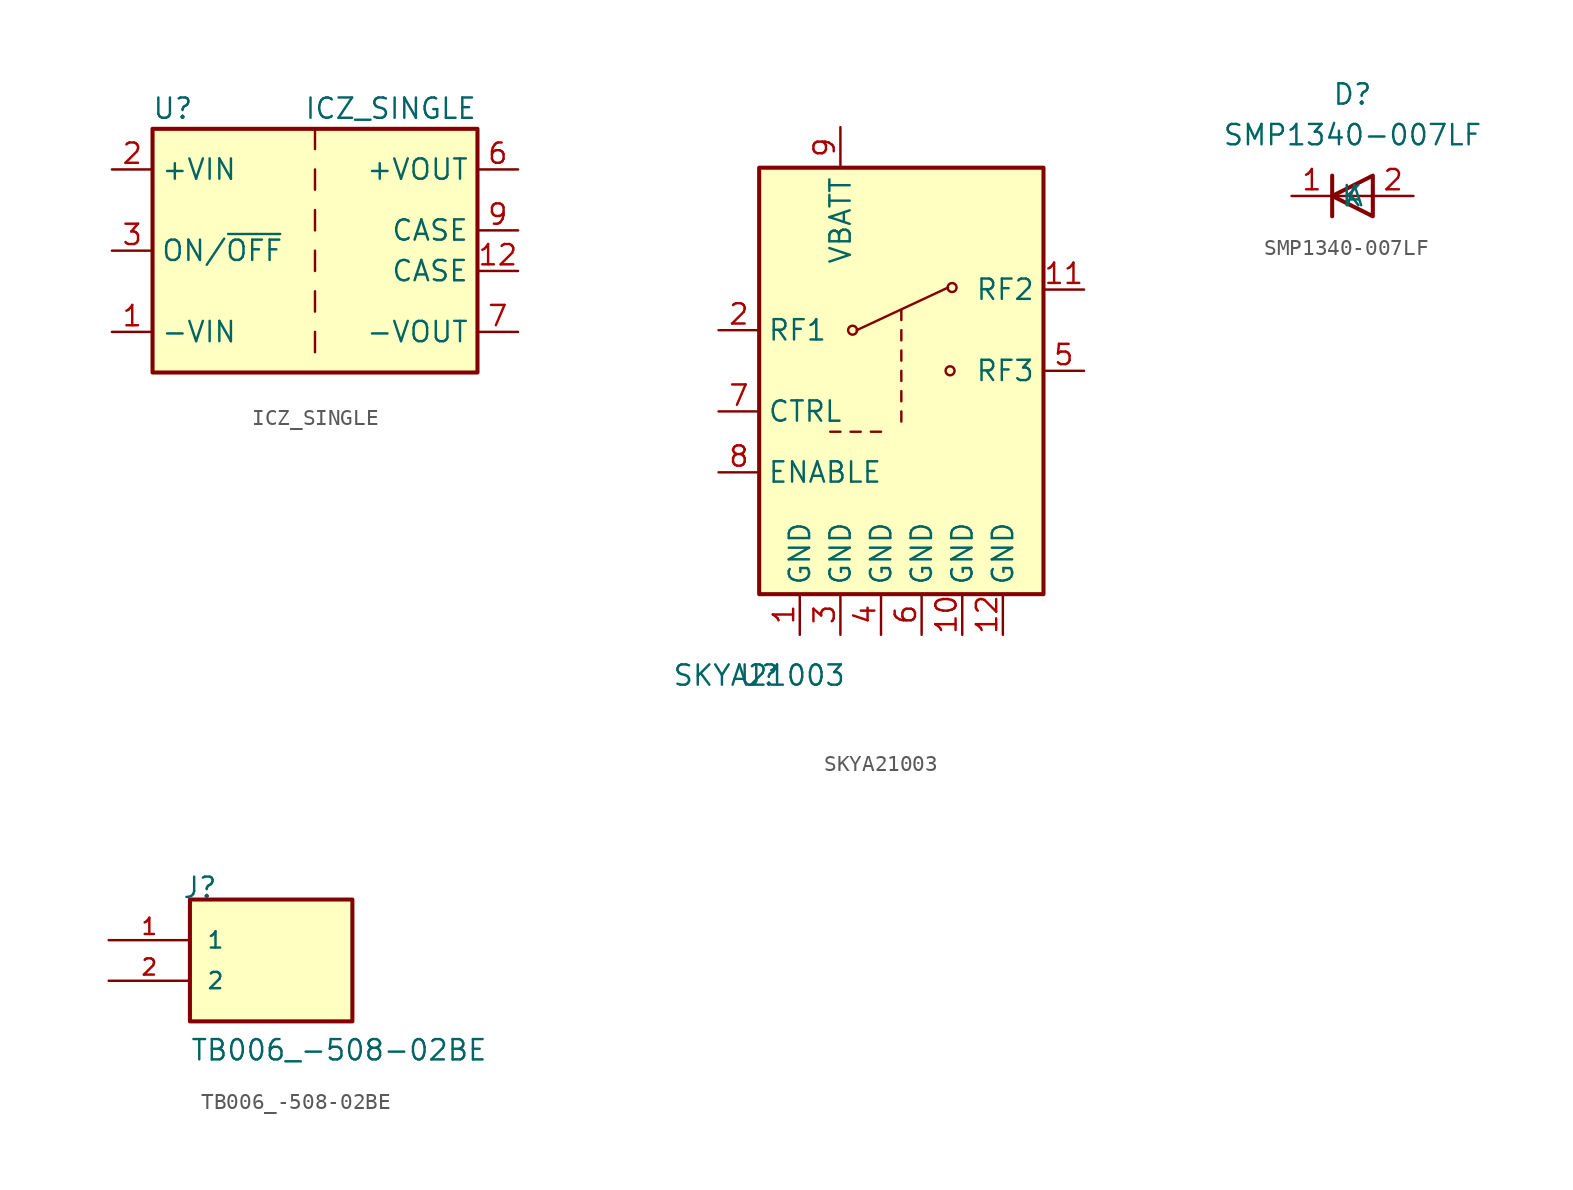
<source format=kicad_sym>
(kicad_symbol_lib
  (version 20211014)
  (generator kicad_symbol_editor)
  (symbol "ICZ_SINGLE"
    (property "Reference" "U"
      (at -8.89 8.89 0)
      (effects (font (size 1.27 1.27))))
    (property "Value" "ICZ_SINGLE"
      (at 10.16 8.89 0)
      (effects (font (size 1.27 1.27)) (justify right)))
    (symbol "ICZ_SINGLE_0_1"
      (rectangle (start -10.16 7.62) (end 10.16 -7.62) (stroke (width 0.254) (type default) (color 0 0 0 0)) (fill (type background)))
      (polyline (pts (xy 0 -5.08) (xy 0 -6.35)) (stroke (width 0) (type default) (color 0 0 0 0)) (fill (type none)))
      (polyline (pts (xy 0 -2.54) (xy 0 -3.81)) (stroke (width 0) (type default) (color 0 0 0 0)) (fill (type none)))
      (polyline (pts (xy 0 0) (xy 0 -1.27)) (stroke (width 0) (type default) (color 0 0 0 0)) (fill (type none)))
      (polyline (pts (xy 0 2.54) (xy 0 1.27)) (stroke (width 0) (type default) (color 0 0 0 0)) (fill (type none)))
      (polyline (pts (xy 0 5.08) (xy 0 3.81)) (stroke (width 0) (type default) (color 0 0 0 0)) (fill (type none)))
      (polyline (pts (xy 0 7.62) (xy 0 6.35)) (stroke (width 0) (type default) (color 0 0 0 0)) (fill (type none))))
    (symbol "ICZ_SINGLE_1_1"
      (pin power_in line (at -12.7 -5.08 0) (length 2.54) (name "-VIN" (effects (font (size 1.27 1.27)))) (number "1" (effects (font (size 1.27 1.27)))))
      (pin passive line (at 12.7 -1.27 180) (length 2.54) (name "CASE" (effects (font (size 1.27 1.27)))) (number "12" (effects (font (size 1.27 1.27)))))
      (pin power_in line (at -12.7 5.08 0) (length 2.54) (name "+VIN" (effects (font (size 1.27 1.27)))) (number "2" (effects (font (size 1.27 1.27)))))
      (pin input line (at -12.7 0 0) (length 2.54) (name "ON/~{OFF}" (effects (font (size 1.27 1.27)))) (number "3" (effects (font (size 1.27 1.27)))))
      (pin power_out line (at 12.7 5.08 180) (length 2.54) (name "+VOUT" (effects (font (size 1.27 1.27)))) (number "6" (effects (font (size 1.27 1.27)))))
      (pin power_out line (at 12.7 -5.08 180) (length 2.54) (name "-VOUT" (effects (font (size 1.27 1.27)))) (number "7" (effects (font (size 1.27 1.27)))))
      (pin no_connect line (at 2.54 -6.35 180) (length 2.54) hide (name "NC" (effects (font (size 1.27 1.27)))) (number "8" (effects (font (size 1.27 1.27)))))
      (pin passive line (at 12.7 1.27 180) (length 2.54) (name "CASE" (effects (font (size 1.27 1.27)))) (number "9" (effects (font (size 1.27 1.27)))))))
  (symbol "SKYA21003"
    (property "Reference" "U"
      (at 0 -3.81 0)
      (effects (font (size 1.27 1.27))))
    (property "Value" "SKYA21003"
      (at 0 -3.81 0)
      (effects (font (size 1.27 1.27))))
    (symbol "SKYA21003_0_1"
      (polyline (pts (xy 4.445 11.43) (xy 5.08 11.43)) (stroke (width 0) (type default) (color 0 0 0 0)) (fill (type none)))
      (polyline (pts (xy 5.715 11.43) (xy 6.35 11.43)) (stroke (width 0) (type default) (color 0 0 0 0)) (fill (type none)))
      (polyline (pts (xy 6.096 17.78) (xy 11.811 20.447)) (stroke (width 0) (type default) (color 0 0 0 0)) (fill (type none)))
      (polyline (pts (xy 6.985 11.43) (xy 7.62 11.43)) (stroke (width 0) (type default) (color 0 0 0 0)) (fill (type none)))
      (polyline (pts (xy 8.89 12.065) (xy 8.89 12.7)) (stroke (width 0) (type default) (color 0 0 0 0)) (fill (type none)))
      (polyline (pts (xy 8.89 13.335) (xy 8.89 13.97)) (stroke (width 0) (type default) (color 0 0 0 0)) (fill (type none)))
      (polyline (pts (xy 8.89 14.605) (xy 8.89 15.24)) (stroke (width 0) (type default) (color 0 0 0 0)) (fill (type none)))
      (polyline (pts (xy 8.89 15.875) (xy 8.89 16.51)) (stroke (width 0) (type default) (color 0 0 0 0)) (fill (type none)))
      (polyline (pts (xy 8.89 17.145) (xy 8.89 17.78)) (stroke (width 0) (type default) (color 0 0 0 0)) (fill (type none)))
      (polyline (pts (xy 8.89 18.415) (xy 8.89 19.05)) (stroke (width 0) (type default) (color 0 0 0 0)) (fill (type none)))
      (rectangle (start 0 27.94) (end 17.78 1.27) (stroke (width 0.254) (type default) (color 0 0 0 0)) (fill (type background)))
      (circle (center 5.842 17.78) (radius 0.279) (stroke (width 0) (type default) (color 0 0 0 0)) (fill (type none)))
      (circle (center 11.938 15.24) (radius 0.279) (stroke (width 0) (type default) (color 0 0 0 0)) (fill (type none)))
      (circle (center 12.065 20.447) (radius 0.279) (stroke (width 0) (type default) (color 0 0 0 0)) (fill (type none))))
    (symbol "SKYA21003_1_1"
      (pin power_in line (at 2.54 -1.27 90) (length 2.54) (name "GND" (effects (font (size 1.27 1.27)))) (number "1" (effects (font (size 1.27 1.27)))))
      (pin power_in line (at 12.7 -1.27 90) (length 2.54) (name "GND" (effects (font (size 1.27 1.27)))) (number "10" (effects (font (size 1.27 1.27)))))
      (pin passive line (at 20.32 20.32 180) (length 2.54) (name "RF2" (effects (font (size 1.27 1.27)))) (number "11" (effects (font (size 1.27 1.27)))))
      (pin power_in line (at 15.24 -1.27 90) (length 2.54) (name "GND" (effects (font (size 1.27 1.27)))) (number "12" (effects (font (size 1.27 1.27)))))
      (pin passive line (at -2.54 17.78 0) (length 2.54) (name "RF1" (effects (font (size 1.27 1.27)))) (number "2" (effects (font (size 1.27 1.27)))))
      (pin power_in line (at 5.08 -1.27 90) (length 2.54) (name "GND" (effects (font (size 1.27 1.27)))) (number "3" (effects (font (size 1.27 1.27)))))
      (pin power_in line (at 7.62 -1.27 90) (length 2.54) (name "GND" (effects (font (size 1.27 1.27)))) (number "4" (effects (font (size 1.27 1.27)))))
      (pin passive line (at 20.32 15.24 180) (length 2.54) (name "RF3" (effects (font (size 1.27 1.27)))) (number "5" (effects (font (size 1.27 1.27)))))
      (pin power_in line (at 10.16 -1.27 90) (length 2.54) (name "GND" (effects (font (size 1.27 1.27)))) (number "6" (effects (font (size 1.27 1.27)))))
      (pin input line (at -2.54 12.7 0) (length 2.54) (name "CTRL" (effects (font (size 1.27 1.27)))) (number "7" (effects (font (size 1.27 1.27)))))
      (pin input line (at -2.54 8.89 0) (length 2.54) (name "ENABLE" (effects (font (size 1.27 1.27)))) (number "8" (effects (font (size 1.27 1.27)))))
      (pin power_in line (at 5.08 30.48 270) (length 2.54) (name "VBATT" (effects (font (size 1.27 1.27)))) (number "9" (effects (font (size 1.27 1.27)))))))
  (symbol "SMP1340-007LF "
    (property "Reference" "D"
      (at 0 6.35 0)
      (effects (font (size 1.27 1.27))))
    (property "Value" "SMP1340-007LF "
      (at 0 3.81 0)
      (effects (font (size 1.27 1.27))))
    (symbol "SMP1340-007LF _0_1"
      (polyline (pts (xy -1.27 1.27) (xy -1.27 -1.27)) (stroke (width 0.254) (type default) (color 0 0 0 0)) (fill (type none)))
      (polyline (pts (xy 1.27 0) (xy -1.27 0)) (stroke (width 0) (type default) (color 0 0 0 0)) (fill (type none)))
      (polyline (pts (xy 1.27 1.27) (xy 1.27 -1.27) (xy -1.27 0) (xy 1.27 1.27)) (stroke (width 0.254) (type default) (color 0 0 0 0)) (fill (type none))))
    (symbol "SMP1340-007LF _1_1"
      (pin passive line (at -3.81 0 0) (length 2.54) (name "K" (effects (font (size 1.27 1.27)))) (number "1" (effects (font (size 1.27 1.27)))))
      (pin passive line (at 3.81 0 180) (length 2.54) (name "A" (effects (font (size 1.27 1.27)))) (number "2" (effects (font (size 1.27 1.27)))))))
  (symbol "TB006_-508-02BE"
    (pin_names
      (offset 1.016))
    (property "Reference" "J"
      (at -5.58 5.08 0)
      (effects (font (size 1.27 1.27)) (justify left bottom)))
    (property "Value" "TB006_-508-02BE"
      (at -5.08 -5.08 0)
      (effects (font (size 1.27 1.27)) (justify left bottom)))
    (symbol "TB006_-508-02BE_0_0"
      (rectangle (start -5.08 -2.54) (end 5.08 5.08) (stroke (width 0.254) (type default) (color 0 0 0 0)) (fill (type background)))
      (pin passive line (at -10.16 2.54 0) (length 5.08) (name "1" (effects (font (size 1.016 1.016)))) (number "1" (effects (font (size 1.016 1.016)))))
      (pin passive line (at -10.16 0 0) (length 5.08) (name "2" (effects (font (size 1.016 1.016)))) (number "2" (effects (font (size 1.016 1.016))))))))
</source>
